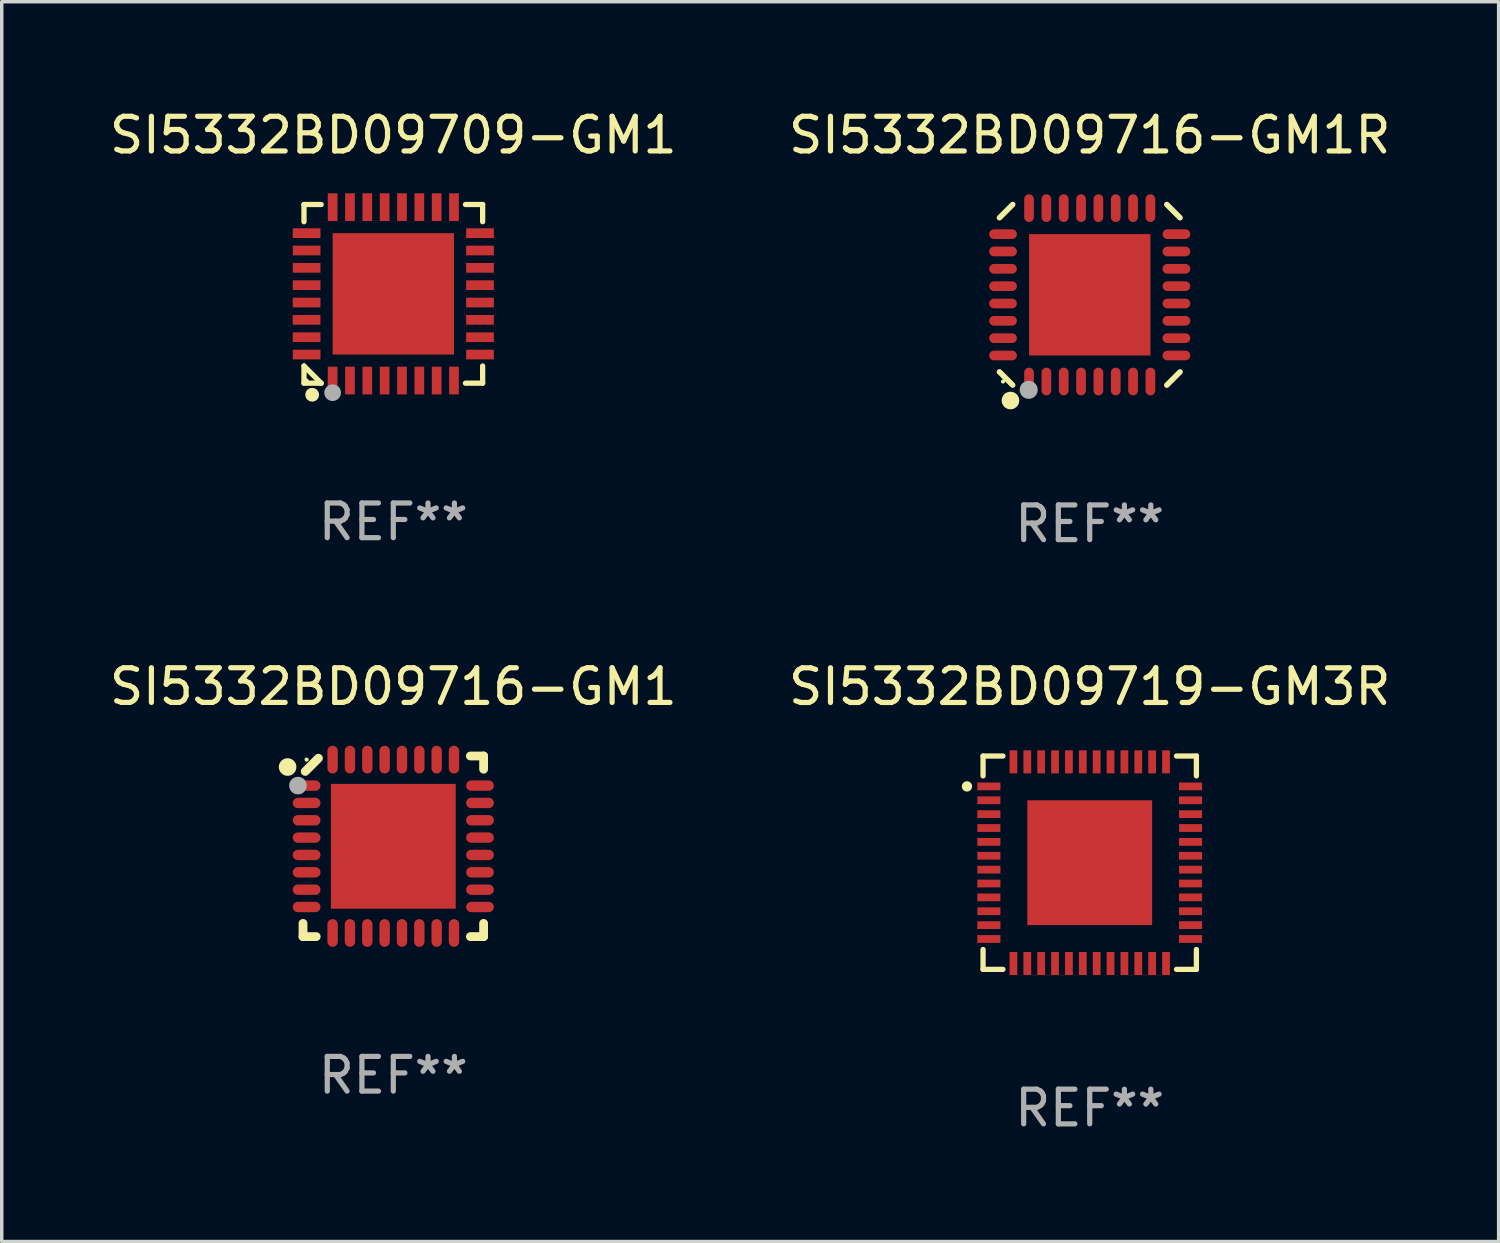
<source format=kicad_pcb>
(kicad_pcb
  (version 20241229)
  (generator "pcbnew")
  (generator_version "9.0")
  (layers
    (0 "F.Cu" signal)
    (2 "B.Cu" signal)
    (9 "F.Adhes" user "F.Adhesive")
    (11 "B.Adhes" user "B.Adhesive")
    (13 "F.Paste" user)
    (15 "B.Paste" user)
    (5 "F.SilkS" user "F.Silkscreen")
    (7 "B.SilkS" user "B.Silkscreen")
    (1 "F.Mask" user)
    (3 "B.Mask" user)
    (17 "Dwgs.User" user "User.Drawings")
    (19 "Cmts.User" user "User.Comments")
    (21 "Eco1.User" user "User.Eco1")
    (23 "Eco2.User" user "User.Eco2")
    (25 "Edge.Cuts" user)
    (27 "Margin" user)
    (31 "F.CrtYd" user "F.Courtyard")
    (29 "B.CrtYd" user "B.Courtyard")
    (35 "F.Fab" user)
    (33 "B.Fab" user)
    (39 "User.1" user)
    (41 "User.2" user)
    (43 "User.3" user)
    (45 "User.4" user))
  (footprint "SI5332BD09716-GM1R"
    (layer "F.Cu")
    (at 28.375 5.452)
    (property "Reference" "SI5332BD09716-GM1R" (at 0 -4.604 0) (layer "F.SilkS") (effects (font (size 1 1) (thickness 0.15))))
    (attr through_hole)
    (fp_line (start -2.223 2.603) (end -2.604 2.222) (stroke (width 0.16) (type solid)) (layer "F.SilkS"))
    (fp_line (start -2.222 -2.604) (end -2.603 -2.223) (stroke (width 0.16) (type solid)) (layer "F.SilkS"))
    (fp_line (start 2.223 -2.604) (end 2.604 -2.223) (stroke (width 0.16) (type solid)) (layer "F.SilkS"))
    (fp_line (start 2.604 2.223) (end 2.223 2.604) (stroke (width 0.16) (type solid)) (layer "F.SilkS"))
    (fp_circle (center -2.5 2.5) (end -2.47 2.5) (stroke (width 0.06) (type solid)) (fill no) (layer "F.SilkS"))
    (fp_circle (center -2.286 3.048) (end -2.159 3.048) (stroke (width 0.254) (type solid)) (fill no) (layer "F.SilkS"))
    (fp_circle (center -1.76 2.74) (end -1.63 2.74) (stroke (width 0.26) (type solid)) (fill no) (layer "F.Fab"))
    (fp_text user "REF**" (at 0 6.604 0) (layer "F.Fab") (effects (font (size 1 1) (thickness 0.15))))
    (pad "1" smd oval (at -1.75 2.5) (size 0.28 0.8) (layers "F.Cu" "F.Mask" "F.Paste"))
    (pad "2" smd oval (at -1.25 2.5) (size 0.28 0.8) (layers "F.Cu" "F.Mask" "F.Paste"))
    (pad "3" smd oval (at -0.75 2.5) (size 0.28 0.8) (layers "F.Cu" "F.Mask" "F.Paste"))
    (pad "4" smd oval (at -0.25 2.5) (size 0.28 0.8) (layers "F.Cu" "F.Mask" "F.Paste"))
    (pad "5" smd oval (at 0.25 2.5) (size 0.28 0.8) (layers "F.Cu" "F.Mask" "F.Paste"))
    (pad "6" smd oval (at 0.75 2.5) (size 0.28 0.8) (layers "F.Cu" "F.Mask" "F.Paste"))
    (pad "7" smd oval (at 1.25 2.5) (size 0.28 0.8) (layers "F.Cu" "F.Mask" "F.Paste"))
    (pad "8" smd oval (at 1.75 2.5) (size 0.28 0.8) (layers "F.Cu" "F.Mask" "F.Paste"))
    (pad "9" smd oval (at 2.5 1.75) (size 0.8 0.28) (layers "F.Cu" "F.Mask" "F.Paste"))
    (pad "10" smd oval (at 2.5 1.25) (size 0.8 0.28) (layers "F.Cu" "F.Mask" "F.Paste"))
    (pad "11" smd oval (at 2.5 0.75) (size 0.8 0.28) (layers "F.Cu" "F.Mask" "F.Paste"))
    (pad "12" smd oval (at 2.5 0.25) (size 0.8 0.28) (layers "F.Cu" "F.Mask" "F.Paste"))
    (pad "13" smd oval (at 2.5 -0.25) (size 0.8 0.28) (layers "F.Cu" "F.Mask" "F.Paste"))
    (pad "14" smd oval (at 2.5 -0.75) (size 0.8 0.28) (layers "F.Cu" "F.Mask" "F.Paste"))
    (pad "15" smd oval (at 2.5 -1.25) (size 0.8 0.28) (layers "F.Cu" "F.Mask" "F.Paste"))
    (pad "16" smd oval (at 2.5 -1.75) (size 0.8 0.28) (layers "F.Cu" "F.Mask" "F.Paste"))
    (pad "17" smd oval (at 1.75 -2.5) (size 0.28 0.8) (layers "F.Cu" "F.Mask" "F.Paste"))
    (pad "18" smd oval (at 1.25 -2.5) (size 0.28 0.8) (layers "F.Cu" "F.Mask" "F.Paste"))
    (pad "19" smd oval (at 0.75 -2.5) (size 0.28 0.8) (layers "F.Cu" "F.Mask" "F.Paste"))
    (pad "20" smd oval (at 0.25 -2.5) (size 0.28 0.8) (layers "F.Cu" "F.Mask" "F.Paste"))
    (pad "21" smd oval (at -0.25 -2.5) (size 0.28 0.8) (layers "F.Cu" "F.Mask" "F.Paste"))
    (pad "22" smd oval (at -0.75 -2.5) (size 0.28 0.8) (layers "F.Cu" "F.Mask" "F.Paste"))
    (pad "23" smd oval (at -1.25 -2.5) (size 0.28 0.8) (layers "F.Cu" "F.Mask" "F.Paste"))
    (pad "24" smd oval (at -1.75 -2.5) (size 0.28 0.8) (layers "F.Cu" "F.Mask" "F.Paste"))
    (pad "25" smd oval (at -2.5 -1.75) (size 0.8 0.28) (layers "F.Cu" "F.Mask" "F.Paste"))
    (pad "26" smd oval (at -2.5 -1.25) (size 0.8 0.28) (layers "F.Cu" "F.Mask" "F.Paste"))
    (pad "27" smd oval (at -2.5 -0.75) (size 0.8 0.28) (layers "F.Cu" "F.Mask" "F.Paste"))
    (pad "28" smd oval (at -2.5 -0.25) (size 0.8 0.28) (layers "F.Cu" "F.Mask" "F.Paste"))
    (pad "29" smd oval (at -2.5 0.25) (size 0.8 0.28) (layers "F.Cu" "F.Mask" "F.Paste"))
    (pad "30" smd oval (at -2.5 0.75) (size 0.8 0.28) (layers "F.Cu" "F.Mask" "F.Paste"))
    (pad "31" smd oval (at -2.5 1.25) (size 0.8 0.28) (layers "F.Cu" "F.Mask" "F.Paste"))
    (pad "32" smd oval (at -2.5 1.75) (size 0.8 0.28) (layers "F.Cu" "F.Mask" "F.Paste"))
    (pad "33" smd rect (at 0.000038 -0.000025) (size 3.5 3.5) (layers "F.Cu" "F.Mask" "F.Paste")))
  (footprint "SI5332BD09716-GM1"
    (layer "F.Cu")
    (at 8.292 21.355)
    (property "Reference" "SI5332BD09716-GM1" (at 0 -4.604 0) (layer "F.SilkS") (effects (font (size 1 1) (thickness 0.15))))
    (attr through_hole)
    (fp_line (start -2.604 2.223) (end -2.604 2.604) (stroke (width 0.254) (type solid)) (layer "F.SilkS"))
    (fp_line (start -2.604 2.604) (end -2.223 2.604) (stroke (width 0.254) (type solid)) (layer "F.SilkS"))
    (fp_line (start -2.159 -2.54) (end -2.54 -2.159) (stroke (width 0.254) (type solid)) (layer "F.SilkS"))
    (fp_line (start 2.223 2.604) (end 2.604 2.604) (stroke (width 0.254) (type solid)) (layer "F.SilkS"))
    (fp_line (start 2.604 -2.604) (end 2.223 -2.604) (stroke (width 0.254) (type solid)) (layer "F.SilkS"))
    (fp_line (start 2.604 -2.223) (end 2.604 -2.604) (stroke (width 0.254) (type solid)) (layer "F.SilkS"))
    (fp_line (start 2.604 2.604) (end 2.604 2.223) (stroke (width 0.254) (type solid)) (layer "F.SilkS"))
    (fp_circle (center -3.048 -2.286) (end -2.921 -2.286) (stroke (width 0.254) (type solid)) (fill no) (layer "F.SilkS"))
    (fp_circle (center -2.5 -2.5) (end -2.47 -2.5) (stroke (width 0.06) (type solid)) (fill no) (layer "F.SilkS"))
    (fp_circle (center -2.75 -1.75) (end -2.623 -1.75) (stroke (width 0.254) (type solid)) (fill no) (layer "F.Fab"))
    (fp_text user "REF**" (at 0 6.604 0) (layer "F.Fab") (effects (font (size 1 1) (thickness 0.15))))
    (pad "1" smd oval (at -2.5 -1.75) (size 0.8 0.3) (layers "F.Cu" "F.Mask" "F.Paste"))
    (pad "2" smd oval (at -2.5 -1.25) (size 0.8 0.3) (layers "F.Cu" "F.Mask" "F.Paste"))
    (pad "3" smd oval (at -2.5 -0.75) (size 0.8 0.3) (layers "F.Cu" "F.Mask" "F.Paste"))
    (pad "4" smd oval (at -2.5 -0.25) (size 0.8 0.3) (layers "F.Cu" "F.Mask" "F.Paste"))
    (pad "5" smd oval (at -2.5 0.25) (size 0.8 0.3) (layers "F.Cu" "F.Mask" "F.Paste"))
    (pad "6" smd oval (at -2.5 0.75) (size 0.8 0.3) (layers "F.Cu" "F.Mask" "F.Paste"))
    (pad "7" smd oval (at -2.5 1.25) (size 0.8 0.3) (layers "F.Cu" "F.Mask" "F.Paste"))
    (pad "8" smd oval (at -2.5 1.75) (size 0.8 0.3) (layers "F.Cu" "F.Mask" "F.Paste"))
    (pad "9" smd oval (at -1.75 2.5) (size 0.3 0.8) (layers "F.Cu" "F.Mask" "F.Paste"))
    (pad "10" smd oval (at -1.25 2.5) (size 0.3 0.8) (layers "F.Cu" "F.Mask" "F.Paste"))
    (pad "11" smd oval (at -0.75 2.5) (size 0.3 0.8) (layers "F.Cu" "F.Mask" "F.Paste"))
    (pad "12" smd oval (at -0.25 2.5) (size 0.3 0.8) (layers "F.Cu" "F.Mask" "F.Paste"))
    (pad "13" smd oval (at 0.25 2.5) (size 0.3 0.8) (layers "F.Cu" "F.Mask" "F.Paste"))
    (pad "14" smd oval (at 0.75 2.5) (size 0.3 0.8) (layers "F.Cu" "F.Mask" "F.Paste"))
    (pad "15" smd oval (at 1.25 2.5) (size 0.3 0.8) (layers "F.Cu" "F.Mask" "F.Paste"))
    (pad "16" smd oval (at 1.75 2.5) (size 0.3 0.8) (layers "F.Cu" "F.Mask" "F.Paste"))
    (pad "17" smd oval (at 2.5 1.75) (size 0.8 0.3) (layers "F.Cu" "F.Mask" "F.Paste"))
    (pad "18" smd oval (at 2.5 1.25) (size 0.8 0.3) (layers "F.Cu" "F.Mask" "F.Paste"))
    (pad "19" smd oval (at 2.5 0.75) (size 0.8 0.3) (layers "F.Cu" "F.Mask" "F.Paste"))
    (pad "20" smd oval (at 2.5 0.25) (size 0.8 0.3) (layers "F.Cu" "F.Mask" "F.Paste"))
    (pad "21" smd oval (at 2.5 -0.25) (size 0.8 0.3) (layers "F.Cu" "F.Mask" "F.Paste"))
    (pad "22" smd oval (at 2.5 -0.75) (size 0.8 0.3) (layers "F.Cu" "F.Mask" "F.Paste"))
    (pad "23" smd oval (at 2.5 -1.25) (size 0.8 0.3) (layers "F.Cu" "F.Mask" "F.Paste"))
    (pad "24" smd oval (at 2.5 -1.75) (size 0.8 0.3) (layers "F.Cu" "F.Mask" "F.Paste"))
    (pad "25" smd oval (at 1.75 -2.5) (size 0.3 0.8) (layers "F.Cu" "F.Mask" "F.Paste"))
    (pad "26" smd oval (at 1.25 -2.5) (size 0.3 0.8) (layers "F.Cu" "F.Mask" "F.Paste"))
    (pad "27" smd oval (at 0.75 -2.5) (size 0.3 0.8) (layers "F.Cu" "F.Mask" "F.Paste"))
    (pad "28" smd oval (at 0.25 -2.5) (size 0.3 0.8) (layers "F.Cu" "F.Mask" "F.Paste"))
    (pad "29" smd oval (at -0.25 -2.5) (size 0.3 0.8) (layers "F.Cu" "F.Mask" "F.Paste"))
    (pad "30" smd oval (at -0.75 -2.5) (size 0.3 0.8) (layers "F.Cu" "F.Mask" "F.Paste"))
    (pad "31" smd oval (at -1.25 -2.5) (size 0.3 0.8) (layers "F.Cu" "F.Mask" "F.Paste"))
    (pad "32" smd oval (at -1.75 -2.5) (size 0.3 0.8) (layers "F.Cu" "F.Mask" "F.Paste"))
    (pad "33" smd rect (at -0.000076 0) (size 3.6 3.6) (layers "F.Cu" "F.Mask" "F.Paste")))
  (footprint "SI5332BD09709-GM1"
    (layer "F.Cu")
    (at 8.292 5.424)
    (property "Reference" "SI5332BD09709-GM1" (at 0 -4.576 0) (layer "F.SilkS") (effects (font (size 1 1) (thickness 0.15))))
    (attr through_hole)
    (fp_line (start -2.576 -2.576) (end -2.08 -2.576) (stroke (width 0.152) (type solid)) (layer "F.SilkS"))
    (fp_line (start -2.576 -2.08) (end -2.576 -2.576) (stroke (width 0.152) (type solid)) (layer "F.SilkS"))
    (fp_line (start -2.576 2.08) (end -2.576 2.576) (stroke (width 0.152) (type solid)) (layer "F.SilkS"))
    (fp_line (start -2.576 2.08) (end -2.08 2.576) (stroke (width 0.152) (type solid)) (layer "F.SilkS"))
    (fp_line (start -2.576 2.576) (end -2.08 2.576) (stroke (width 0.152) (type solid)) (layer "F.SilkS"))
    (fp_line (start 2.576 -2.576) (end 2.08 -2.576) (stroke (width 0.152) (type solid)) (layer "F.SilkS"))
    (fp_line (start 2.576 -2.08) (end 2.576 -2.576) (stroke (width 0.152) (type solid)) (layer "F.SilkS"))
    (fp_line (start 2.576 2.08) (end 2.576 2.576) (stroke (width 0.152) (type solid)) (layer "F.SilkS"))
    (fp_line (start 2.576 2.576) (end 2.08 2.576) (stroke (width 0.152) (type solid)) (layer "F.SilkS"))
    (fp_circle (center -2.5 2.5) (end -2.47 2.5) (stroke (width 0.06) (type solid)) (fill no) (layer "F.SilkS"))
    (fp_circle (center -2.34 2.91) (end -2.24 2.91) (stroke (width 0.2) (type solid)) (fill no) (layer "F.SilkS"))
    (fp_circle (center -1.75 2.85) (end -1.63 2.85) (stroke (width 0.24) (type solid)) (fill no) (layer "F.Fab"))
    (fp_text user "REF**" (at 0 6.576 0) (layer "F.Fab") (effects (font (size 1 1) (thickness 0.15))))
    (pad "1" smd rect (at -1.75 2.5) (size 0.28 0.8) (layers "F.Cu" "F.Mask" "F.Paste"))
    (pad "2" smd rect (at -1.25 2.5) (size 0.28 0.8) (layers "F.Cu" "F.Mask" "F.Paste"))
    (pad "3" smd rect (at -0.75 2.5) (size 0.28 0.8) (layers "F.Cu" "F.Mask" "F.Paste"))
    (pad "4" smd rect (at -0.25 2.5) (size 0.28 0.8) (layers "F.Cu" "F.Mask" "F.Paste"))
    (pad "5" smd rect (at 0.25 2.5) (size 0.28 0.8) (layers "F.Cu" "F.Mask" "F.Paste"))
    (pad "6" smd rect (at 0.75 2.5) (size 0.28 0.8) (layers "F.Cu" "F.Mask" "F.Paste"))
    (pad "7" smd rect (at 1.25 2.5) (size 0.28 0.8) (layers "F.Cu" "F.Mask" "F.Paste"))
    (pad "8" smd rect (at 1.75 2.5) (size 0.28 0.8) (layers "F.Cu" "F.Mask" "F.Paste"))
    (pad "9" smd rect (at 2.5 1.75) (size 0.8 0.28) (layers "F.Cu" "F.Mask" "F.Paste"))
    (pad "10" smd rect (at 2.5 1.25) (size 0.8 0.28) (layers "F.Cu" "F.Mask" "F.Paste"))
    (pad "11" smd rect (at 2.5 0.75) (size 0.8 0.28) (layers "F.Cu" "F.Mask" "F.Paste"))
    (pad "12" smd rect (at 2.5 0.25) (size 0.8 0.28) (layers "F.Cu" "F.Mask" "F.Paste"))
    (pad "13" smd rect (at 2.5 -0.25) (size 0.8 0.28) (layers "F.Cu" "F.Mask" "F.Paste"))
    (pad "14" smd rect (at 2.5 -0.75) (size 0.8 0.28) (layers "F.Cu" "F.Mask" "F.Paste"))
    (pad "15" smd rect (at 2.5 -1.25) (size 0.8 0.28) (layers "F.Cu" "F.Mask" "F.Paste"))
    (pad "16" smd rect (at 2.5 -1.75) (size 0.8 0.28) (layers "F.Cu" "F.Mask" "F.Paste"))
    (pad "17" smd rect (at 1.75 -2.5) (size 0.28 0.8) (layers "F.Cu" "F.Mask" "F.Paste"))
    (pad "18" smd rect (at 1.25 -2.5) (size 0.28 0.8) (layers "F.Cu" "F.Mask" "F.Paste"))
    (pad "19" smd rect (at 0.75 -2.5) (size 0.28 0.8) (layers "F.Cu" "F.Mask" "F.Paste"))
    (pad "20" smd rect (at 0.25 -2.5) (size 0.28 0.8) (layers "F.Cu" "F.Mask" "F.Paste"))
    (pad "21" smd rect (at -0.25 -2.5) (size 0.28 0.8) (layers "F.Cu" "F.Mask" "F.Paste"))
    (pad "22" smd rect (at -0.75 -2.5) (size 0.28 0.8) (layers "F.Cu" "F.Mask" "F.Paste"))
    (pad "23" smd rect (at -1.25 -2.5) (size 0.28 0.8) (layers "F.Cu" "F.Mask" "F.Paste"))
    (pad "24" smd rect (at -1.75 -2.5) (size 0.28 0.8) (layers "F.Cu" "F.Mask" "F.Paste"))
    (pad "25" smd rect (at -2.5 -1.75) (size 0.8 0.28) (layers "F.Cu" "F.Mask" "F.Paste"))
    (pad "26" smd rect (at -2.5 -1.25) (size 0.8 0.28) (layers "F.Cu" "F.Mask" "F.Paste"))
    (pad "27" smd rect (at -2.5 -0.75) (size 0.8 0.28) (layers "F.Cu" "F.Mask" "F.Paste"))
    (pad "28" smd rect (at -2.5 -0.25) (size 0.8 0.28) (layers "F.Cu" "F.Mask" "F.Paste"))
    (pad "29" smd rect (at -2.5 0.25) (size 0.8 0.28) (layers "F.Cu" "F.Mask" "F.Paste"))
    (pad "30" smd rect (at -2.5 0.75) (size 0.8 0.28) (layers "F.Cu" "F.Mask" "F.Paste"))
    (pad "31" smd rect (at -2.5 1.25) (size 0.8 0.28) (layers "F.Cu" "F.Mask" "F.Paste"))
    (pad "32" smd rect (at -2.5 1.75) (size 0.8 0.28) (layers "F.Cu" "F.Mask" "F.Paste"))
    (pad "33" smd rect (at 0 0) (size 3.5 3.5) (layers "F.Cu" "F.Mask" "F.Paste")))
  (footprint "SI5332BD09719-GM3R"
    (layer "F.Cu")
    (at 28.375 21.828)
    (property "Reference" "SI5332BD09719-GM3R" (at 0 -5.076 0) (layer "F.SilkS") (effects (font (size 1 1) (thickness 0.15))))
    (attr through_hole)
    (fp_line (start -3.076 -3.076) (end -3.076 -2.503) (stroke (width 0.152) (type solid)) (layer "F.SilkS"))
    (fp_line (start -3.076 3.076) (end -3.076 2.503) (stroke (width 0.152) (type solid)) (layer "F.SilkS"))
    (fp_line (start -2.503 -3.076) (end -3.076 -3.076) (stroke (width 0.152) (type solid)) (layer "F.SilkS"))
    (fp_line (start -2.503 3.076) (end -3.076 3.076) (stroke (width 0.152) (type solid)) (layer "F.SilkS"))
    (fp_line (start 2.503 -3.076) (end 3.076 -3.076) (stroke (width 0.152) (type solid)) (layer "F.SilkS"))
    (fp_line (start 2.503 3.076) (end 3.076 3.076) (stroke (width 0.152) (type solid)) (layer "F.SilkS"))
    (fp_line (start 3.076 -3.076) (end 3.076 -2.503) (stroke (width 0.152) (type solid)) (layer "F.SilkS"))
    (fp_line (start 3.076 3.076) (end 3.076 2.503) (stroke (width 0.152) (type solid)) (layer "F.SilkS"))
    (fp_circle (center -3.54 -2.2) (end -3.465 -2.2) (stroke (width 0.15) (type solid)) (fill no) (layer "F.SilkS"))
    (fp_text user "REF**" (at 0 7.076 0) (layer "F.Fab") (effects (font (size 1 1) (thickness 0.15))))
    (pad "1" smd rect (at -2.908 -2.2) (size 0.665 0.224) (layers "F.Cu" "F.Mask" "F.Paste"))
    (pad "2" smd rect (at -2.908 -1.8) (size 0.665 0.224) (layers "F.Cu" "F.Mask" "F.Paste"))
    (pad "3" smd rect (at -2.908 -1.4) (size 0.665 0.224) (layers "F.Cu" "F.Mask" "F.Paste"))
    (pad "4" smd rect (at -2.908 -1) (size 0.665 0.224) (layers "F.Cu" "F.Mask" "F.Paste"))
    (pad "5" smd rect (at -2.908 -0.6) (size 0.665 0.224) (layers "F.Cu" "F.Mask" "F.Paste"))
    (pad "6" smd rect (at -2.908 -0.2) (size 0.665 0.224) (layers "F.Cu" "F.Mask" "F.Paste"))
    (pad "7" smd rect (at -2.908 0.2) (size 0.665 0.224) (layers "F.Cu" "F.Mask" "F.Paste"))
    (pad "8" smd rect (at -2.908 0.6) (size 0.665 0.224) (layers "F.Cu" "F.Mask" "F.Paste"))
    (pad "9" smd rect (at -2.908 1) (size 0.665 0.224) (layers "F.Cu" "F.Mask" "F.Paste"))
    (pad "10" smd rect (at -2.908 1.4) (size 0.665 0.224) (layers "F.Cu" "F.Mask" "F.Paste"))
    (pad "11" smd rect (at -2.908 1.8) (size 0.665 0.224) (layers "F.Cu" "F.Mask" "F.Paste"))
    (pad "12" smd rect (at -2.908 2.2) (size 0.665 0.224) (layers "F.Cu" "F.Mask" "F.Paste"))
    (pad "13" smd rect (at -2.2 2.908) (size 0.224 0.665) (layers "F.Cu" "F.Mask" "F.Paste"))
    (pad "14" smd rect (at -1.8 2.908) (size 0.224 0.665) (layers "F.Cu" "F.Mask" "F.Paste"))
    (pad "15" smd rect (at -1.4 2.908) (size 0.224 0.665) (layers "F.Cu" "F.Mask" "F.Paste"))
    (pad "16" smd rect (at -1 2.908) (size 0.224 0.665) (layers "F.Cu" "F.Mask" "F.Paste"))
    (pad "17" smd rect (at -0.6 2.908) (size 0.224 0.665) (layers "F.Cu" "F.Mask" "F.Paste"))
    (pad "18" smd rect (at -0.2 2.908) (size 0.224 0.665) (layers "F.Cu" "F.Mask" "F.Paste"))
    (pad "19" smd rect (at 0.2 2.908) (size 0.224 0.665) (layers "F.Cu" "F.Mask" "F.Paste"))
    (pad "20" smd rect (at 0.6 2.908) (size 0.224 0.665) (layers "F.Cu" "F.Mask" "F.Paste"))
    (pad "21" smd rect (at 1 2.908) (size 0.224 0.665) (layers "F.Cu" "F.Mask" "F.Paste"))
    (pad "22" smd rect (at 1.4 2.908) (size 0.224 0.665) (layers "F.Cu" "F.Mask" "F.Paste"))
    (pad "23" smd rect (at 1.8 2.908) (size 0.224 0.665) (layers "F.Cu" "F.Mask" "F.Paste"))
    (pad "24" smd rect (at 2.2 2.908) (size 0.224 0.665) (layers "F.Cu" "F.Mask" "F.Paste"))
    (pad "25" smd rect (at 2.908 2.2) (size 0.665 0.224) (layers "F.Cu" "F.Mask" "F.Paste"))
    (pad "26" smd rect (at 2.908 1.8) (size 0.665 0.224) (layers "F.Cu" "F.Mask" "F.Paste"))
    (pad "27" smd rect (at 2.908 1.4) (size 0.665 0.224) (layers "F.Cu" "F.Mask" "F.Paste"))
    (pad "28" smd rect (at 2.908 1) (size 0.665 0.224) (layers "F.Cu" "F.Mask" "F.Paste"))
    (pad "29" smd rect (at 2.908 0.6) (size 0.665 0.224) (layers "F.Cu" "F.Mask" "F.Paste"))
    (pad "30" smd rect (at 2.908 0.2) (size 0.665 0.224) (layers "F.Cu" "F.Mask" "F.Paste"))
    (pad "31" smd rect (at 2.908 -0.2) (size 0.665 0.224) (layers "F.Cu" "F.Mask" "F.Paste"))
    (pad "32" smd rect (at 2.908 -0.6) (size 0.665 0.224) (layers "F.Cu" "F.Mask" "F.Paste"))
    (pad "33" smd rect (at 2.908 -1) (size 0.665 0.224) (layers "F.Cu" "F.Mask" "F.Paste"))
    (pad "34" smd rect (at 2.908 -1.4) (size 0.665 0.224) (layers "F.Cu" "F.Mask" "F.Paste"))
    (pad "35" smd rect (at 2.908 -1.8) (size 0.665 0.224) (layers "F.Cu" "F.Mask" "F.Paste"))
    (pad "36" smd rect (at 2.908 -2.2) (size 0.665 0.224) (layers "F.Cu" "F.Mask" "F.Paste"))
    (pad "37" smd rect (at 2.2 -2.908) (size 0.224 0.665) (layers "F.Cu" "F.Mask" "F.Paste"))
    (pad "38" smd rect (at 1.8 -2.908) (size 0.224 0.665) (layers "F.Cu" "F.Mask" "F.Paste"))
    (pad "39" smd rect (at 1.4 -2.908) (size 0.224 0.665) (layers "F.Cu" "F.Mask" "F.Paste"))
    (pad "40" smd rect (at 1 -2.908) (size 0.224 0.665) (layers "F.Cu" "F.Mask" "F.Paste"))
    (pad "41" smd rect (at 0.6 -2.908) (size 0.224 0.665) (layers "F.Cu" "F.Mask" "F.Paste"))
    (pad "42" smd rect (at 0.2 -2.908) (size 0.224 0.665) (layers "F.Cu" "F.Mask" "F.Paste"))
    (pad "43" smd rect (at -0.2 -2.908) (size 0.224 0.665) (layers "F.Cu" "F.Mask" "F.Paste"))
    (pad "44" smd rect (at -0.6 -2.908) (size 0.224 0.665) (layers "F.Cu" "F.Mask" "F.Paste"))
    (pad "45" smd rect (at -1 -2.908) (size 0.224 0.665) (layers "F.Cu" "F.Mask" "F.Paste"))
    (pad "46" smd rect (at -1.4 -2.908) (size 0.224 0.665) (layers "F.Cu" "F.Mask" "F.Paste"))
    (pad "47" smd rect (at -1.8 -2.908) (size 0.224 0.665) (layers "F.Cu" "F.Mask" "F.Paste"))
    (pad "48" smd rect (at -2.2 -2.908) (size 0.224 0.665) (layers "F.Cu" "F.Mask" "F.Paste"))
    (pad "49" smd rect (at 0 0) (size 3.6 3.6) (layers "F.Cu" "F.Mask" "F.Paste")))
  (gr_rect
    (start -3 -3)
    (end 40.167 32.752)
    (stroke (width 0.1) (type default))
    (fill no)
    (layer "Edge.Cuts")))
</source>
